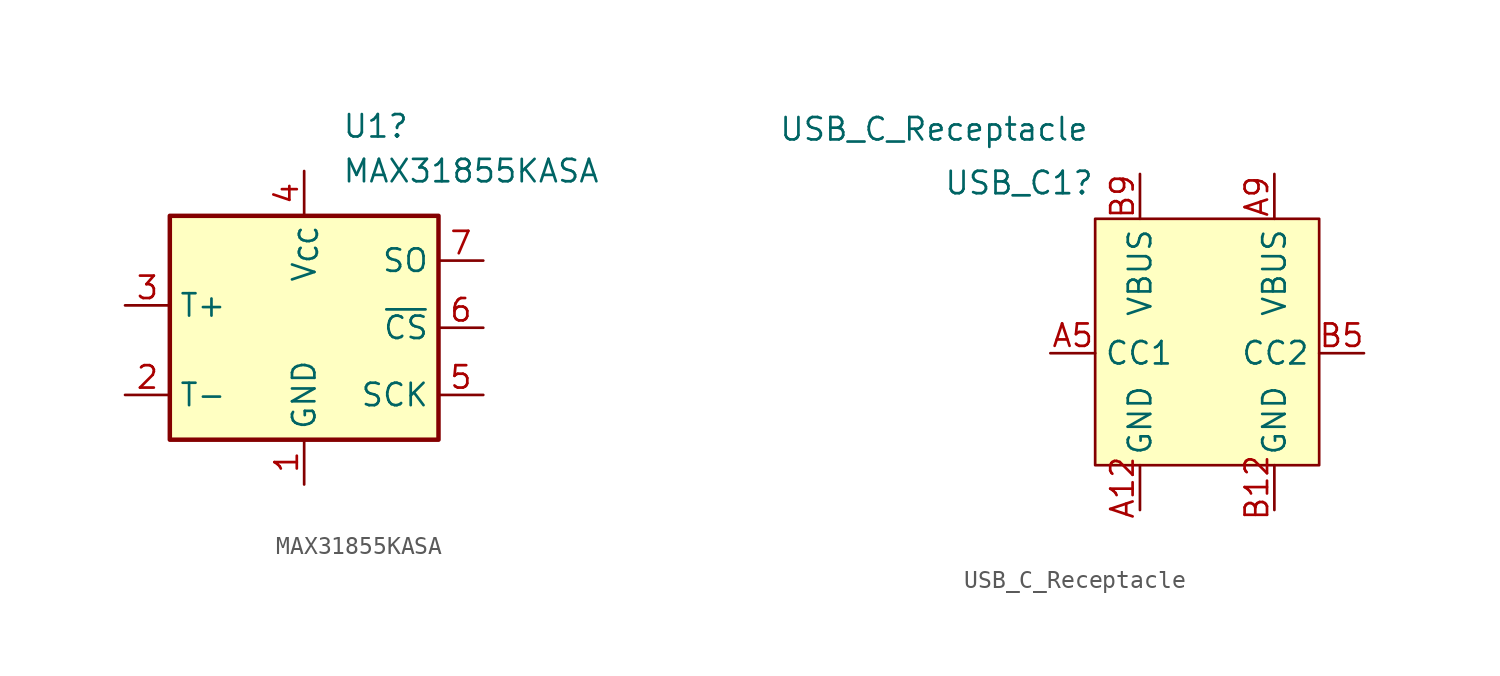
<source format=kicad_sym>
(kicad_symbol_lib
  (version 20241209)
  (generator "kicad_symbol_editor")
  (generator_version "9.0")
  (symbol "MAX31855KASA"
    (property "Reference" "U1"
      (at 2.143 12.7 0)
      (effects (font (size 1.27 1.27)) (justify left)))
    (property "Value" "MAX31855KASA"
      (at 2.143 10.16 0)
      (effects (font (size 1.27 1.27)) (justify left)))
    (symbol "MAX31855KASA_0_1"
      (rectangle (start -7.62 7.62) (end 7.62 -5.08) (stroke (width 0.254) (type default)) (fill (type background))))
    (symbol "MAX31855KASA_1_1"
      (pin passive line (at -10.16 2.54 0) (length 2.54) (name "T+" (effects (font (size 1.27 1.27)))) (number "3" (effects (font (size 1.27 1.27)))))
      (pin passive line (at -10.16 -2.54 0) (length 2.54) (name "T-" (effects (font (size 1.27 1.27)))) (number "2" (effects (font (size 1.27 1.27)))))
      (pin no_connect line (at -7.62 5.08 0) (length 2.54) (hide yes) (name "NC" (effects (font (size 1.27 1.27)))) (number "8" (effects (font (size 1.27 1.27)))))
      (pin power_in line (at 0 10.16 270) (length 2.54) (name "V_{CC}" (effects (font (size 1.27 1.27)))) (number "4" (effects (font (size 1.27 1.27)))))
      (pin power_in line (at 0 -7.62 90) (length 2.54) (name "GND" (effects (font (size 1.27 1.27)))) (number "1" (effects (font (size 1.27 1.27)))))
      (pin tri_state line (at 10.16 5.08 180) (length 2.54) (name "SO" (effects (font (size 1.27 1.27)))) (number "7" (effects (font (size 1.27 1.27)))))
      (pin input line (at 10.16 1.27 180) (length 2.54) (name "~{CS}" (effects (font (size 1.27 1.27)))) (number "6" (effects (font (size 1.27 1.27)))))
      (pin input line (at 10.16 -2.54 180) (length 2.54) (name "SCK" (effects (font (size 1.27 1.27)))) (number "5" (effects (font (size 1.27 1.27)))))))
  (symbol "USB_C_Receptacle"
    (property "Reference" "USB_C1"
      (at -10.668 9.652 0)
      (effects (font (size 1.27 1.27))))
    (property "Value" "USB_C_Receptacle"
      (at -15.494 12.7 0)
      (effects (font (size 1.27 1.27))))
    (symbol "USB_C_Receptacle_1_1"
      (rectangle (start -6.35 7.62) (end 6.35 -6.35) (stroke (width 0) (type solid)) (fill (type background)))
      (pin bidirectional line (at -8.89 0 0) (length 2.54) (name "CC1" (effects (font (size 1.27 1.27)))) (number "A5" (effects (font (size 1.27 1.27)))))
      (pin passive line (at -3.81 10.16 270) (length 2.54) (name "VBUS" (effects (font (size 1.27 1.27)))) (number "B9" (effects (font (size 1.27 1.27)))))
      (pin passive line (at -3.81 -8.89 90) (length 2.54) (name "GND" (effects (font (size 1.27 1.27)))) (number "A12" (effects (font (size 1.27 1.27)))))
      (pin power_out line (at 3.81 10.16 270) (length 2.54) (name "VBUS" (effects (font (size 1.27 1.27)))) (number "A9" (effects (font (size 1.27 1.27)))))
      (pin power_out line (at 3.81 -8.89 90) (length 2.54) (name "GND" (effects (font (size 1.27 1.27)))) (number "B12" (effects (font (size 1.27 1.27)))))
      (pin bidirectional line (at 8.89 0 180) (length 2.54) (name "CC2" (effects (font (size 1.27 1.27)))) (number "B5" (effects (font (size 1.27 1.27))))))))
</source>
